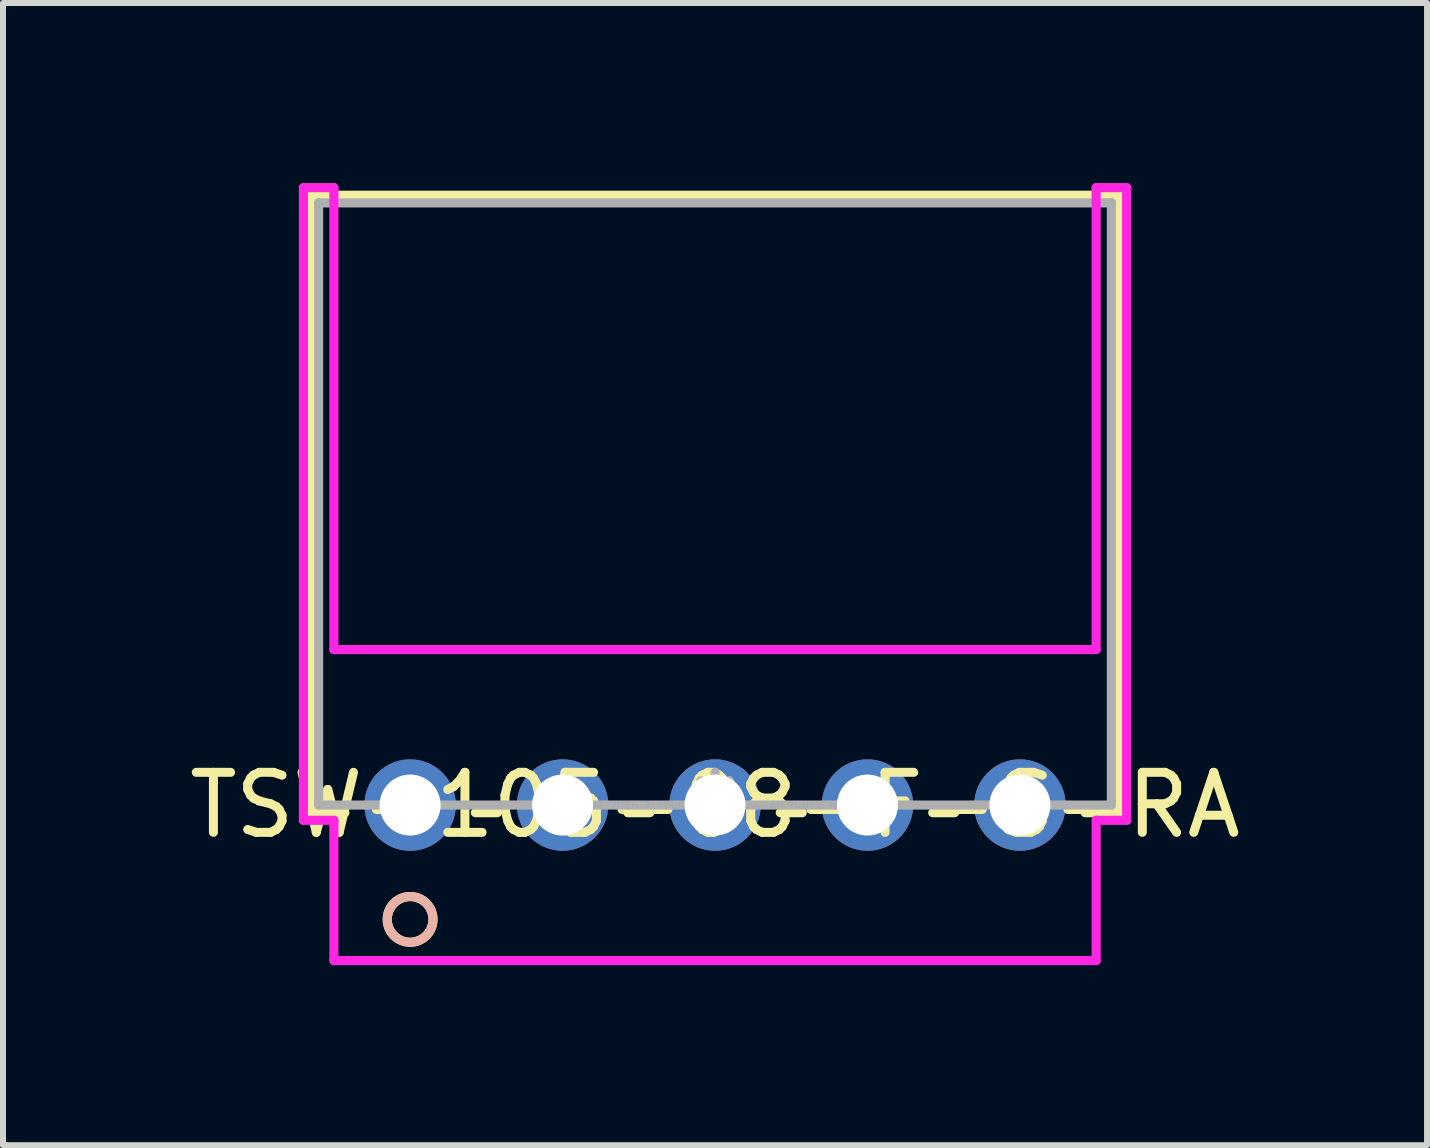
<source format=kicad_pcb>
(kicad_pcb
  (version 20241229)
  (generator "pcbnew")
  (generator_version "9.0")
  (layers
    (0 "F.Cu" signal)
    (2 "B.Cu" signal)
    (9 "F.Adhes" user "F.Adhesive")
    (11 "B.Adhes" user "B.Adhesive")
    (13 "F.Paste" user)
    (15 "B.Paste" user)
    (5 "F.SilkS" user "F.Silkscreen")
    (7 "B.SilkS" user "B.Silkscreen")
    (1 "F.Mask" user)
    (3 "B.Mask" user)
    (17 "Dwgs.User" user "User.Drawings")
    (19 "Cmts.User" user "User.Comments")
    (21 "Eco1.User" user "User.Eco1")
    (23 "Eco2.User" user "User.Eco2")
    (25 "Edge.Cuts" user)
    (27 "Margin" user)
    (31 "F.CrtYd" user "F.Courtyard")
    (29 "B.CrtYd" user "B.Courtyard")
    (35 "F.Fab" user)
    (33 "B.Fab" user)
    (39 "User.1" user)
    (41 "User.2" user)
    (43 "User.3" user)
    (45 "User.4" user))
  (footprint "TSW-105-08-F-S-RA"
    (layer "F.Cu")
    (at 8.863 10.363)
    (property "Reference" "TSW-105-08-F-S-RA" (at 0 0 0) (layer "F.SilkS") (effects (font (size 1 1) (thickness 0.15))))
    (attr through_hole)
    (fp_line (start -6.731 -10.16) (end -6.731 0.127) (stroke (width 0.152) (type solid)) (layer "F.SilkS"))
    (fp_line (start -6.731 0.127) (end -6.167 0.127) (stroke (width 0.152) (type solid)) (layer "F.SilkS"))
    (fp_line (start -3.993 0.127) (end -3.627 0.127) (stroke (width 0.152) (type solid)) (layer "F.SilkS"))
    (fp_line (start -1.453 0.127) (end -1.087 0.127) (stroke (width 0.152) (type solid)) (layer "F.SilkS"))
    (fp_line (start 1.087 0.127) (end 1.453 0.127) (stroke (width 0.152) (type solid)) (layer "F.SilkS"))
    (fp_line (start 3.627 0.127) (end 3.993 0.127) (stroke (width 0.152) (type solid)) (layer "F.SilkS"))
    (fp_line (start 6.167 0.127) (end 6.731 0.127) (stroke (width 0.152) (type solid)) (layer "F.SilkS"))
    (fp_line (start 6.731 -10.16) (end -6.731 -10.16) (stroke (width 0.152) (type solid)) (layer "F.SilkS"))
    (fp_line (start 6.731 0.127) (end 6.731 -10.16) (stroke (width 0.152) (type solid)) (layer "F.SilkS"))
    (fp_circle (center -5.08 1.905) (end -4.699 1.905) (stroke (width 0.152) (type solid)) (fill no) (layer "F.SilkS"))
    (fp_circle (center -5.08 1.905) (end -4.699 1.905) (stroke (width 0.152) (type solid)) (fill no) (layer "B.SilkS"))
    (fp_line (start -6.858 -10.287) (end -6.858 0.254) (stroke (width 0.152) (type solid)) (layer "F.CrtYd"))
    (fp_line (start -6.858 0.254) (end -6.35 0.254) (stroke (width 0.152) (type solid)) (layer "F.CrtYd"))
    (fp_line (start -6.35 -10.287) (end -6.858 -10.287) (stroke (width 0.152) (type solid)) (layer "F.CrtYd"))
    (fp_line (start -6.35 -2.591) (end -6.35 -10.287) (stroke (width 0.152) (type solid)) (layer "F.CrtYd"))
    (fp_line (start -6.35 0.254) (end -6.35 2.591) (stroke (width 0.152) (type solid)) (layer "F.CrtYd"))
    (fp_line (start -6.35 2.591) (end 6.35 2.591) (stroke (width 0.152) (type solid)) (layer "F.CrtYd"))
    (fp_line (start 6.35 -10.287) (end 6.35 -2.591) (stroke (width 0.152) (type solid)) (layer "F.CrtYd"))
    (fp_line (start 6.35 -2.591) (end -6.35 -2.591) (stroke (width 0.152) (type solid)) (layer "F.CrtYd"))
    (fp_line (start 6.35 0.254) (end 6.858 0.254) (stroke (width 0.152) (type solid)) (layer "F.CrtYd"))
    (fp_line (start 6.35 2.591) (end 6.35 0.254) (stroke (width 0.152) (type solid)) (layer "F.CrtYd"))
    (fp_line (start 6.858 -10.287) (end 6.35 -10.287) (stroke (width 0.152) (type solid)) (layer "F.CrtYd"))
    (fp_line (start 6.858 0.254) (end 6.858 -10.287) (stroke (width 0.152) (type solid)) (layer "F.CrtYd"))
    (fp_line (start -6.604 -10.033) (end -6.604 0) (stroke (width 0.152) (type solid)) (layer "F.Fab"))
    (fp_line (start -6.604 0) (end 6.604 0) (stroke (width 0.152) (type solid)) (layer "F.Fab"))
    (fp_line (start 6.604 -10.033) (end -6.604 -10.033) (stroke (width 0.152) (type solid)) (layer "F.Fab"))
    (fp_line (start 6.604 0) (end 6.604 -10.033) (stroke (width 0.152) (type solid)) (layer "F.Fab"))
    (fp_circle (center -5.08 0) (end -4.826 0) (stroke (width 0.152) (type solid)) (fill no) (layer "F.Fab"))
    (fp_text user "*" (at 0 0 0) (layer "F.SilkS") (effects (font (size 1 1) (thickness 0.15))))
    (fp_text user "Copyright 2016 Accelerated Designs. All rights reserved." (at 0 0 0) (layer "Cmts.User") (effects (font (size 0.127 0.127) (thickness 0.002))))
    (fp_text user "*" (at 0 0 0) (layer "F.Fab") (effects (font (size 1 1) (thickness 0.15))))
    (pad "1" thru_hole circle (at -5.08 0 90) (size 1.524 1.524) (drill 1.016) (layers "*.Cu" "*.Mask"))
    (pad "2" thru_hole circle (at -2.54 0 90) (size 1.524 1.524) (drill 1.016) (layers "*.Cu" "*.Mask"))
    (pad "3" thru_hole circle (at 0 0 90) (size 1.524 1.524) (drill 1.016) (layers "*.Cu" "*.Mask"))
    (pad "4" thru_hole circle (at 2.54 0 90) (size 1.524 1.524) (drill 1.016) (layers "*.Cu" "*.Mask"))
    (pad "5" thru_hole circle (at 5.08 0 90) (size 1.524 1.524) (drill 1.016) (layers "*.Cu" "*.Mask")))
  (gr_rect
    (start -3 -3)
    (end 20.726 16.03)
    (stroke (width 0.1) (type default))
    (fill no)
    (layer "Edge.Cuts")))
</source>
